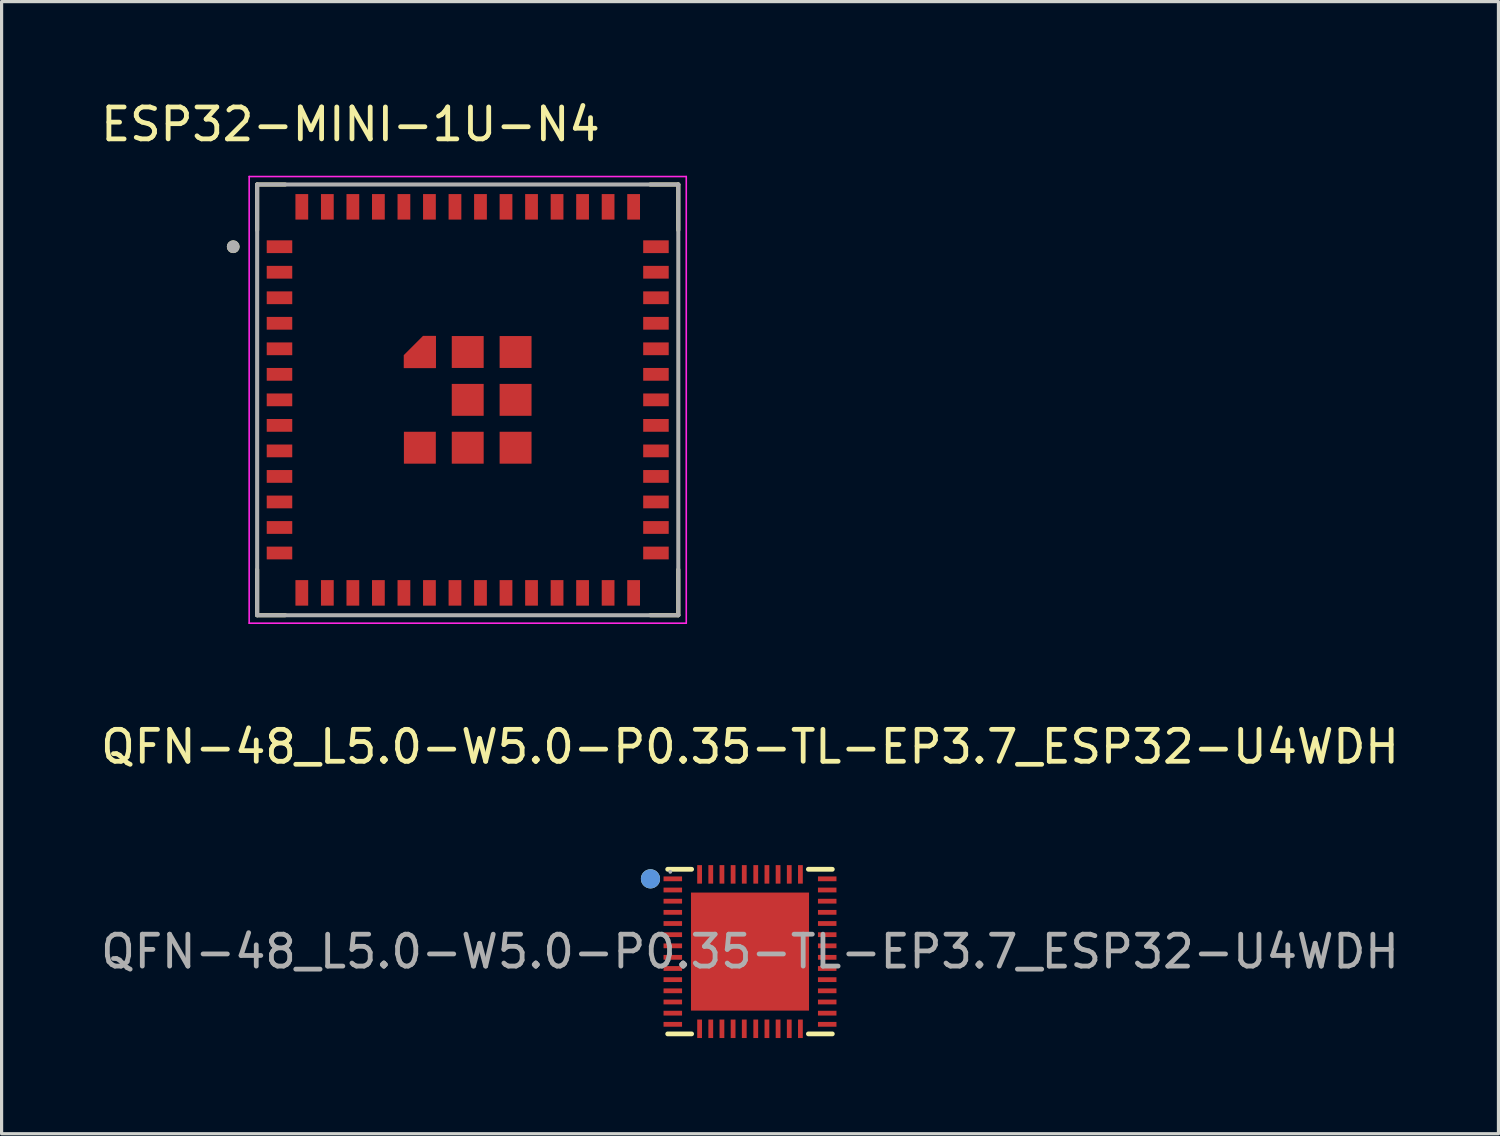
<source format=kicad_pcb>
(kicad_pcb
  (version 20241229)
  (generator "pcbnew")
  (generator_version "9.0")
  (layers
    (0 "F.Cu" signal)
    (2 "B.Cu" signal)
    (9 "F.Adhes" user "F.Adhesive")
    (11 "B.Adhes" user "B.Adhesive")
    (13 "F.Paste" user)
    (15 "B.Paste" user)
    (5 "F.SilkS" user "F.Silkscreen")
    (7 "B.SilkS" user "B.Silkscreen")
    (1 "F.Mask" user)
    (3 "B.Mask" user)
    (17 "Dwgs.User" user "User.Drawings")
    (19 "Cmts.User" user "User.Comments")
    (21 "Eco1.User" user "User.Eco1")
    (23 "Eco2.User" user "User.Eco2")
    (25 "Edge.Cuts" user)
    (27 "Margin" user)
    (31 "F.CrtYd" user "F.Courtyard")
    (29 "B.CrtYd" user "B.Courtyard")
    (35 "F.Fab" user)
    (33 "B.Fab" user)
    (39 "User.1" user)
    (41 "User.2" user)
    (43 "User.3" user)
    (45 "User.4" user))
  (footprint "ESP32-MINI-1U-N4"
    (layer "F.Cu")
    (at 11.61 9.483)
    (property "Reference" "ESP32-MINI-1U-N4" (at -3.675 -8.635 0) (layer "F.SilkS") (effects (font (size 1 1) (thickness 0.15))))
    (attr smd)
    (fp_poly (pts (xy -2.1 -0.9) (xy -0.9 -0.9) (xy -0.9 -2.1) (xy -1.45 -2.1) (xy -2.1 -1.45)) (stroke (width 0.01) (type solid)) (fill yes) (layer "F.Mask"))
    (fp_line (start -6.6 -6.75) (end -6.6 -5.32) (stroke (width 0.127) (type solid)) (layer "F.SilkS"))
    (fp_line (start -6.6 6.75) (end -6.6 5.32) (stroke (width 0.127) (type solid)) (layer "F.SilkS"))
    (fp_line (start -6.6 6.75) (end -5.72 6.75) (stroke (width 0.127) (type solid)) (layer "F.SilkS"))
    (fp_line (start -5.72 -6.75) (end -6.6 -6.75) (stroke (width 0.127) (type solid)) (layer "F.SilkS"))
    (fp_line (start 5.72 6.75) (end 6.6 6.75) (stroke (width 0.127) (type solid)) (layer "F.SilkS"))
    (fp_line (start 6.6 -6.75) (end 5.72 -6.75) (stroke (width 0.127) (type solid)) (layer "F.SilkS"))
    (fp_line (start 6.6 -5.32) (end 6.6 -6.75) (stroke (width 0.127) (type solid)) (layer "F.SilkS"))
    (fp_line (start 6.6 6.75) (end 6.6 5.32) (stroke (width 0.127) (type solid)) (layer "F.SilkS"))
    (fp_circle (center -7.35 -4.8) (end -7.25 -4.8) (stroke (width 0.2) (type solid)) (fill no) (layer "F.SilkS"))
    (fp_poly (pts (xy -2 -1) (xy -1 -1) (xy -1 -1.02) (xy -1 -2) (xy -1.4 -2) (xy -2 -1.4)) (stroke (width 0.01) (type solid)) (fill yes) (layer "F.Paste"))
    (fp_line (start -6.85 -7) (end -6.85 7) (stroke (width 0.05) (type solid)) (layer "F.CrtYd"))
    (fp_line (start -6.85 7) (end 6.85 7) (stroke (width 0.05) (type solid)) (layer "F.CrtYd"))
    (fp_line (start 6.85 -7) (end -6.85 -7) (stroke (width 0.05) (type solid)) (layer "F.CrtYd"))
    (fp_line (start 6.85 7) (end 6.85 -7) (stroke (width 0.05) (type solid)) (layer "F.CrtYd"))
    (fp_line (start -6.6 -6.75) (end -6.6 6.75) (stroke (width 0.127) (type solid)) (layer "F.Fab"))
    (fp_line (start -6.6 6.75) (end 6.6 6.75) (stroke (width 0.127) (type solid)) (layer "F.Fab"))
    (fp_line (start 6.6 -6.75) (end -6.6 -6.75) (stroke (width 0.127) (type solid)) (layer "F.Fab"))
    (fp_line (start 6.6 6.75) (end 6.6 -6.75) (stroke (width 0.127) (type solid)) (layer "F.Fab"))
    (fp_circle (center -7.35 -4.8) (end -7.25 -4.8) (stroke (width 0.2) (type solid)) (fill no) (layer "F.Fab"))
    (pad "1" smd rect (at -5.9 -4.8) (size 0.8 0.4) (layers "F.Cu" "F.Mask" "F.Paste"))
    (pad "2" smd rect (at -5.9 -4) (size 0.8 0.4) (layers "F.Cu" "F.Mask" "F.Paste"))
    (pad "3" smd rect (at -5.9 -3.2) (size 0.8 0.4) (layers "F.Cu" "F.Mask" "F.Paste"))
    (pad "4" smd rect (at -5.9 -2.4) (size 0.8 0.4) (layers "F.Cu" "F.Mask" "F.Paste"))
    (pad "5" smd rect (at -5.9 -1.6) (size 0.8 0.4) (layers "F.Cu" "F.Mask" "F.Paste"))
    (pad "6" smd rect (at -5.9 -0.8) (size 0.8 0.4) (layers "F.Cu" "F.Mask" "F.Paste"))
    (pad "7" smd rect (at -5.9 0) (size 0.8 0.4) (layers "F.Cu" "F.Mask" "F.Paste"))
    (pad "8" smd rect (at -5.9 0.8) (size 0.8 0.4) (layers "F.Cu" "F.Mask" "F.Paste"))
    (pad "9" smd rect (at -5.9 1.6) (size 0.8 0.4) (layers "F.Cu" "F.Mask" "F.Paste"))
    (pad "10" smd rect (at -5.9 2.4) (size 0.8 0.4) (layers "F.Cu" "F.Mask" "F.Paste"))
    (pad "11" smd rect (at -5.9 3.2) (size 0.8 0.4) (layers "F.Cu" "F.Mask" "F.Paste"))
    (pad "12" smd rect (at -5.9 4) (size 0.8 0.4) (layers "F.Cu" "F.Mask" "F.Paste"))
    (pad "13" smd rect (at -5.9 4.8) (size 0.8 0.4) (layers "F.Cu" "F.Mask" "F.Paste"))
    (pad "14" smd rect (at -5.2 6.05) (size 0.4 0.8) (layers "F.Cu" "F.Mask" "F.Paste"))
    (pad "15" smd rect (at -4.4 6.05) (size 0.4 0.8) (layers "F.Cu" "F.Mask" "F.Paste"))
    (pad "16" smd rect (at -3.6 6.05) (size 0.4 0.8) (layers "F.Cu" "F.Mask" "F.Paste"))
    (pad "17" smd rect (at -2.8 6.05) (size 0.4 0.8) (layers "F.Cu" "F.Mask" "F.Paste"))
    (pad "18" smd rect (at -2 6.05) (size 0.4 0.8) (layers "F.Cu" "F.Mask" "F.Paste"))
    (pad "19" smd rect (at -1.2 6.05) (size 0.4 0.8) (layers "F.Cu" "F.Mask" "F.Paste"))
    (pad "20" smd rect (at -0.4 6.05) (size 0.4 0.8) (layers "F.Cu" "F.Mask" "F.Paste"))
    (pad "21" smd rect (at 0.4 6.05) (size 0.4 0.8) (layers "F.Cu" "F.Mask" "F.Paste"))
    (pad "22" smd rect (at 1.2 6.05) (size 0.4 0.8) (layers "F.Cu" "F.Mask" "F.Paste"))
    (pad "23" smd rect (at 2 6.05) (size 0.4 0.8) (layers "F.Cu" "F.Mask" "F.Paste"))
    (pad "24" smd rect (at 2.8 6.05) (size 0.4 0.8) (layers "F.Cu" "F.Mask" "F.Paste"))
    (pad "25" smd rect (at 3.6 6.05) (size 0.4 0.8) (layers "F.Cu" "F.Mask" "F.Paste"))
    (pad "26" smd rect (at 4.4 6.05) (size 0.4 0.8) (layers "F.Cu" "F.Mask" "F.Paste"))
    (pad "27" smd rect (at 5.2 6.05) (size 0.4 0.8) (layers "F.Cu" "F.Mask" "F.Paste"))
    (pad "28" smd rect (at 5.9 4.8) (size 0.8 0.4) (layers "F.Cu" "F.Mask" "F.Paste"))
    (pad "29" smd rect (at 5.9 4) (size 0.8 0.4) (layers "F.Cu" "F.Mask" "F.Paste"))
    (pad "30" smd rect (at 5.9 3.2) (size 0.8 0.4) (layers "F.Cu" "F.Mask" "F.Paste"))
    (pad "31" smd rect (at 5.9 2.4) (size 0.8 0.4) (layers "F.Cu" "F.Mask" "F.Paste"))
    (pad "32" smd rect (at 5.9 1.6) (size 0.8 0.4) (layers "F.Cu" "F.Mask" "F.Paste"))
    (pad "33" smd rect (at 5.9 0.8) (size 0.8 0.4) (layers "F.Cu" "F.Mask" "F.Paste"))
    (pad "34" smd rect (at 5.9 0) (size 0.8 0.4) (layers "F.Cu" "F.Mask" "F.Paste"))
    (pad "35" smd rect (at 5.9 -0.8) (size 0.8 0.4) (layers "F.Cu" "F.Mask" "F.Paste"))
    (pad "36" smd rect (at 5.9 -1.6) (size 0.8 0.4) (layers "F.Cu" "F.Mask" "F.Paste"))
    (pad "37" smd rect (at 5.9 -2.4) (size 0.8 0.4) (layers "F.Cu" "F.Mask" "F.Paste"))
    (pad "38" smd rect (at 5.9 -3.2) (size 0.8 0.4) (layers "F.Cu" "F.Mask" "F.Paste"))
    (pad "39" smd rect (at 5.9 -4) (size 0.8 0.4) (layers "F.Cu" "F.Mask" "F.Paste"))
    (pad "40" smd rect (at 5.9 -4.8) (size 0.8 0.4) (layers "F.Cu" "F.Mask" "F.Paste"))
    (pad "41" smd rect (at 5.2 -6.05) (size 0.4 0.8) (layers "F.Cu" "F.Mask" "F.Paste"))
    (pad "42" smd rect (at 4.4 -6.05) (size 0.4 0.8) (layers "F.Cu" "F.Mask" "F.Paste"))
    (pad "43" smd rect (at 3.6 -6.05) (size 0.4 0.8) (layers "F.Cu" "F.Mask" "F.Paste"))
    (pad "44" smd rect (at 2.8 -6.05) (size 0.4 0.8) (layers "F.Cu" "F.Mask" "F.Paste"))
    (pad "45" smd rect (at 2 -6.05) (size 0.4 0.8) (layers "F.Cu" "F.Mask" "F.Paste"))
    (pad "46" smd rect (at 1.2 -6.05) (size 0.4 0.8) (layers "F.Cu" "F.Mask" "F.Paste"))
    (pad "47" smd rect (at 0.4 -6.05) (size 0.4 0.8) (layers "F.Cu" "F.Mask" "F.Paste"))
    (pad "48" smd rect (at -0.4 -6.05) (size 0.4 0.8) (layers "F.Cu" "F.Mask" "F.Paste"))
    (pad "49" smd rect (at -1.2 -6.05) (size 0.4 0.8) (layers "F.Cu" "F.Mask" "F.Paste"))
    (pad "50" smd rect (at -2 -6.05) (size 0.4 0.8) (layers "F.Cu" "F.Mask" "F.Paste"))
    (pad "51" smd rect (at -2.8 -6.05) (size 0.4 0.8) (layers "F.Cu" "F.Mask" "F.Paste"))
    (pad "52" smd rect (at -3.6 -6.05) (size 0.4 0.8) (layers "F.Cu" "F.Mask" "F.Paste"))
    (pad "53" smd rect (at -4.4 -6.05) (size 0.4 0.8) (layers "F.Cu" "F.Mask" "F.Paste"))
    (pad "54" smd rect (at -5.2 -6.05) (size 0.4 0.8) (layers "F.Cu" "F.Mask" "F.Paste"))
    (pad "55" smd rect (at 0 0) (size 1 1) (layers "F.Cu" "F.Mask" "F.Paste"))
    (pad "56" smd custom (at -1.5 -1.5) (size 0.25 0.25) (layers "F.Cu") (options (anchor rect)) (primitives (gr_poly (pts (xy 0.5 -0.5) (xy 0.1 -0.5) (xy -0.5 0.1) (xy -0.5 0.5) (xy -0.33 0.5) (xy 0.5 0.5)) (width 0.01) (fill yes))))
    (pad "57" smd rect (at 0 -1.5) (size 1 1) (layers "F.Cu" "F.Mask" "F.Paste"))
    (pad "58" smd rect (at 1.5 -1.5) (size 1 1) (layers "F.Cu" "F.Mask" "F.Paste"))
    (pad "59" smd rect (at 1.5 0) (size 1 1) (layers "F.Cu" "F.Mask" "F.Paste"))
    (pad "60" smd rect (at 1.5 1.5) (size 1 1) (layers "F.Cu" "F.Mask" "F.Paste"))
    (pad "61" smd rect (at 0 1.5) (size 1 1) (layers "F.Cu" "F.Mask" "F.Paste"))
    (pad "62" smd rect (at -1.5 1.5) (size 1 1) (layers "F.Cu" "F.Mask" "F.Paste")))
  (footprint "QFN-48_L5.0-W5.0-P0.35-TL-EP3.7_ESP32-U4WDH"
    (layer "F.Cu")
    (at 20.458 26.776)
    (property "Reference" "QFN-48_L5.0-W5.0-P0.35-TL-EP3.7_ESP32-U4WDH" (at 0 -6.42 0) (layer "F.SilkS") (effects (font (size 1 1) (thickness 0.15))))
    (attr smd)
    (fp_line (start -2.58 -2.58) (end -1.83 -2.58) (stroke (width 0.15) (type solid)) (layer "F.SilkS"))
    (fp_line (start -2.58 2.58) (end -1.83 2.58) (stroke (width 0.15) (type solid)) (layer "F.SilkS"))
    (fp_line (start 2.58 -2.58) (end 1.83 -2.58) (stroke (width 0.15) (type solid)) (layer "F.SilkS"))
    (fp_line (start 2.58 2.58) (end 1.83 2.58) (stroke (width 0.15) (type solid)) (layer "F.SilkS"))
    (fp_circle (center -3.12 -2.28) (end -2.97 -2.28) (stroke (width 0.3) (type solid)) (fill no) (layer "F.SilkS"))
    (fp_circle (center -3.12 -2.28) (end -2.97 -2.28) (stroke (width 0.3) (type solid)) (fill no) (layer "Cmts.User"))
    (fp_circle (center -2.5 -2.5) (end -2.47 -2.5) (stroke (width 0.06) (type solid)) (fill no) (layer "F.Fab"))
    (fp_text user "${REFERENCE}" (at 0 0 0) (layer "F.Fab") (effects (font (size 1 1) (thickness 0.15))))
    (pad "1" smd rect (at -2.42 -2.28) (size 0.58 0.15) (layers "F.Cu" "F.Mask" "F.Paste"))
    (pad "2" smd rect (at -2.42 -1.93) (size 0.58 0.15) (layers "F.Cu" "F.Mask" "F.Paste"))
    (pad "3" smd rect (at -2.42 -1.58) (size 0.58 0.15) (layers "F.Cu" "F.Mask" "F.Paste"))
    (pad "4" smd rect (at -2.42 -1.23) (size 0.58 0.15) (layers "F.Cu" "F.Mask" "F.Paste"))
    (pad "5" smd rect (at -2.42 -0.88) (size 0.58 0.15) (layers "F.Cu" "F.Mask" "F.Paste"))
    (pad "6" smd rect (at -2.42 -0.53) (size 0.58 0.15) (layers "F.Cu" "F.Mask" "F.Paste"))
    (pad "7" smd rect (at -2.42 -0.18) (size 0.58 0.15) (layers "F.Cu" "F.Mask" "F.Paste"))
    (pad "8" smd rect (at -2.42 0.18) (size 0.58 0.15) (layers "F.Cu" "F.Mask" "F.Paste"))
    (pad "9" smd rect (at -2.42 0.53) (size 0.58 0.15) (layers "F.Cu" "F.Mask" "F.Paste"))
    (pad "10" smd rect (at -2.42 0.88) (size 0.58 0.15) (layers "F.Cu" "F.Mask" "F.Paste"))
    (pad "11" smd rect (at -2.42 1.23) (size 0.58 0.15) (layers "F.Cu" "F.Mask" "F.Paste"))
    (pad "12" smd rect (at -2.42 1.58) (size 0.58 0.15) (layers "F.Cu" "F.Mask" "F.Paste"))
    (pad "13" smd rect (at -2.42 1.93) (size 0.58 0.15) (layers "F.Cu" "F.Mask" "F.Paste"))
    (pad "14" smd rect (at -2.42 2.28) (size 0.58 0.15) (layers "F.Cu" "F.Mask" "F.Paste"))
    (pad "15" smd rect (at -1.58 2.42) (size 0.15 0.58) (layers "F.Cu" "F.Mask" "F.Paste"))
    (pad "16" smd rect (at -1.23 2.42) (size 0.15 0.58) (layers "F.Cu" "F.Mask" "F.Paste"))
    (pad "17" smd rect (at -0.88 2.42) (size 0.15 0.58) (layers "F.Cu" "F.Mask" "F.Paste"))
    (pad "18" smd rect (at -0.53 2.42) (size 0.15 0.58) (layers "F.Cu" "F.Mask" "F.Paste"))
    (pad "19" smd rect (at -0.18 2.42) (size 0.15 0.58) (layers "F.Cu" "F.Mask" "F.Paste"))
    (pad "20" smd rect (at 0.18 2.42) (size 0.15 0.58) (layers "F.Cu" "F.Mask" "F.Paste"))
    (pad "21" smd rect (at 0.53 2.42) (size 0.15 0.58) (layers "F.Cu" "F.Mask" "F.Paste"))
    (pad "22" smd rect (at 0.88 2.42) (size 0.15 0.58) (layers "F.Cu" "F.Mask" "F.Paste"))
    (pad "23" smd rect (at 1.23 2.42) (size 0.15 0.58) (layers "F.Cu" "F.Mask" "F.Paste"))
    (pad "24" smd rect (at 1.58 2.42) (size 0.15 0.58) (layers "F.Cu" "F.Mask" "F.Paste"))
    (pad "25" smd rect (at 2.42 2.28) (size 0.58 0.15) (layers "F.Cu" "F.Mask" "F.Paste"))
    (pad "26" smd rect (at 2.42 1.93) (size 0.58 0.15) (layers "F.Cu" "F.Mask" "F.Paste"))
    (pad "27" smd rect (at 2.42 1.58) (size 0.58 0.15) (layers "F.Cu" "F.Mask" "F.Paste"))
    (pad "28" smd rect (at 2.42 1.23) (size 0.58 0.15) (layers "F.Cu" "F.Mask" "F.Paste"))
    (pad "29" smd rect (at 2.42 0.88) (size 0.58 0.15) (layers "F.Cu" "F.Mask" "F.Paste"))
    (pad "30" smd rect (at 2.42 0.53) (size 0.58 0.15) (layers "F.Cu" "F.Mask" "F.Paste"))
    (pad "31" smd rect (at 2.42 0.18) (size 0.58 0.15) (layers "F.Cu" "F.Mask" "F.Paste"))
    (pad "32" smd rect (at 2.42 -0.18) (size 0.58 0.15) (layers "F.Cu" "F.Mask" "F.Paste"))
    (pad "33" smd rect (at 2.42 -0.53) (size 0.58 0.15) (layers "F.Cu" "F.Mask" "F.Paste"))
    (pad "34" smd rect (at 2.42 -0.88) (size 0.58 0.15) (layers "F.Cu" "F.Mask" "F.Paste"))
    (pad "35" smd rect (at 2.42 -1.23) (size 0.58 0.15) (layers "F.Cu" "F.Mask" "F.Paste"))
    (pad "36" smd rect (at 2.42 -1.58) (size 0.58 0.15) (layers "F.Cu" "F.Mask" "F.Paste"))
    (pad "37" smd rect (at 2.42 -1.93) (size 0.58 0.15) (layers "F.Cu" "F.Mask" "F.Paste"))
    (pad "38" smd rect (at 2.42 -2.28) (size 0.58 0.15) (layers "F.Cu" "F.Mask" "F.Paste"))
    (pad "39" smd rect (at 1.58 -2.42) (size 0.15 0.58) (layers "F.Cu" "F.Mask" "F.Paste"))
    (pad "40" smd rect (at 1.23 -2.42) (size 0.15 0.58) (layers "F.Cu" "F.Mask" "F.Paste"))
    (pad "41" smd rect (at 0.88 -2.42) (size 0.15 0.58) (layers "F.Cu" "F.Mask" "F.Paste"))
    (pad "42" smd rect (at 0.53 -2.42) (size 0.15 0.58) (layers "F.Cu" "F.Mask" "F.Paste"))
    (pad "43" smd rect (at 0.18 -2.42) (size 0.15 0.58) (layers "F.Cu" "F.Mask" "F.Paste"))
    (pad "44" smd rect (at -0.18 -2.42) (size 0.15 0.58) (layers "F.Cu" "F.Mask" "F.Paste"))
    (pad "45" smd rect (at -0.53 -2.42) (size 0.15 0.58) (layers "F.Cu" "F.Mask" "F.Paste"))
    (pad "46" smd rect (at -0.88 -2.42) (size 0.15 0.58) (layers "F.Cu" "F.Mask" "F.Paste"))
    (pad "47" smd rect (at -1.23 -2.42) (size 0.15 0.58) (layers "F.Cu" "F.Mask" "F.Paste"))
    (pad "48" smd rect (at -1.58 -2.42) (size 0.15 0.58) (layers "F.Cu" "F.Mask" "F.Paste"))
    (pad "49" smd rect (at 0 0) (size 3.7 3.7) (layers "F.Cu" "F.Mask" "F.Paste")))
  (gr_rect
    (start -3 -3)
    (end 43.917 32.486)
    (stroke (width 0.1) (type default))
    (fill no)
    (layer "Edge.Cuts")))
</source>
